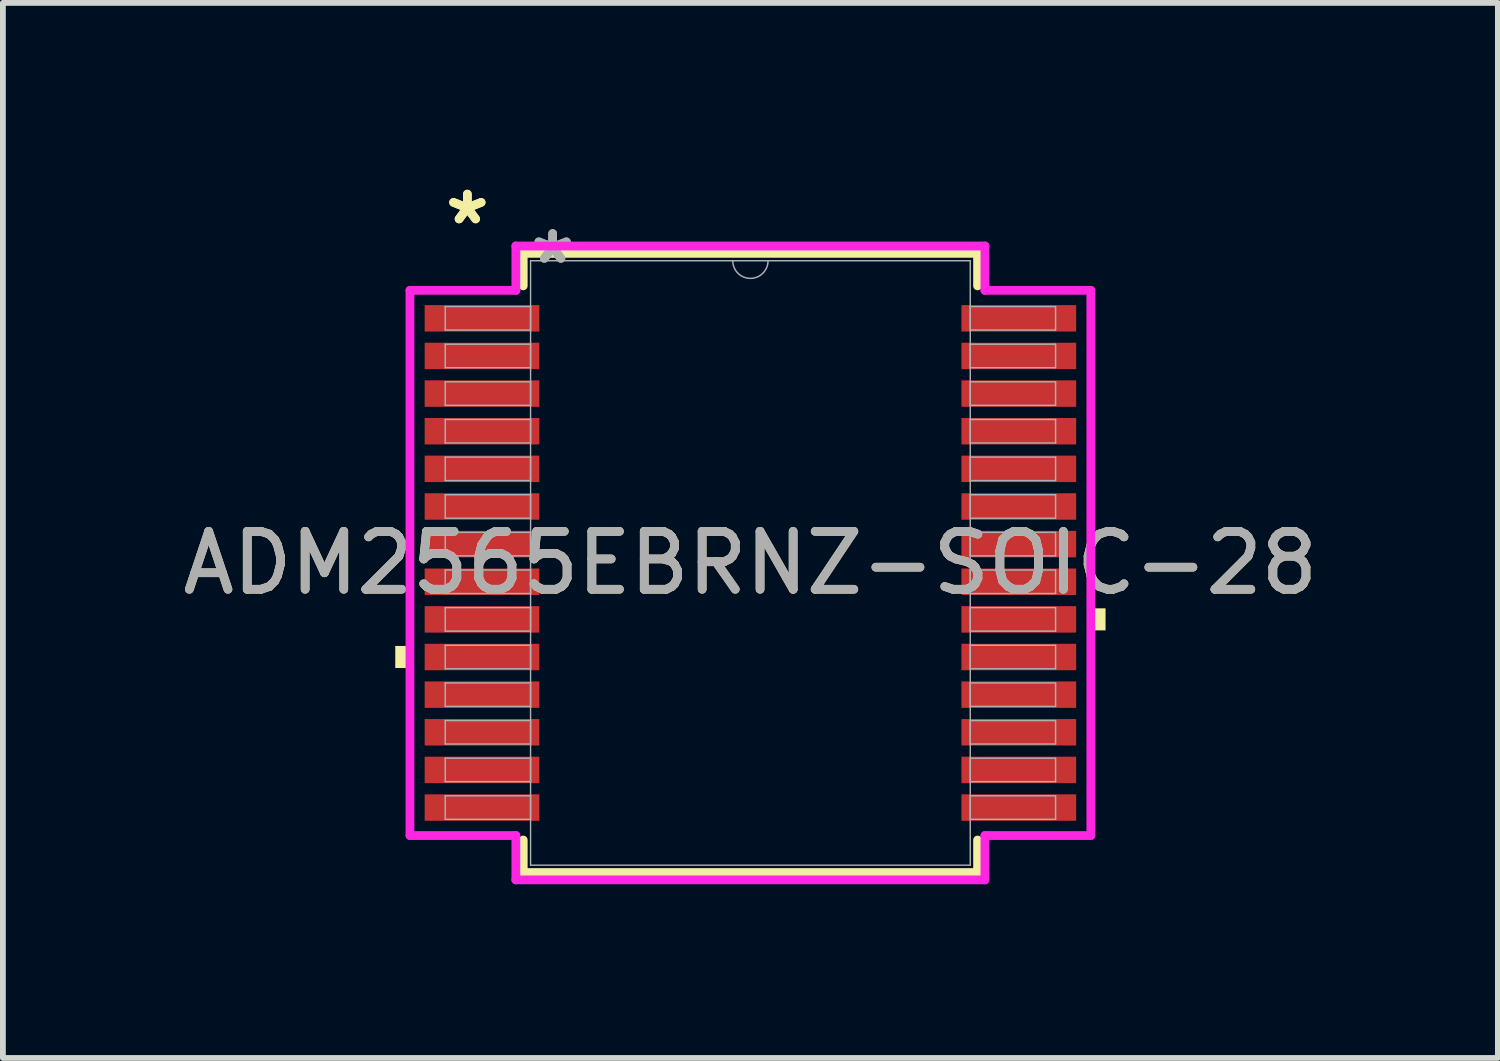
<source format=kicad_pcb>
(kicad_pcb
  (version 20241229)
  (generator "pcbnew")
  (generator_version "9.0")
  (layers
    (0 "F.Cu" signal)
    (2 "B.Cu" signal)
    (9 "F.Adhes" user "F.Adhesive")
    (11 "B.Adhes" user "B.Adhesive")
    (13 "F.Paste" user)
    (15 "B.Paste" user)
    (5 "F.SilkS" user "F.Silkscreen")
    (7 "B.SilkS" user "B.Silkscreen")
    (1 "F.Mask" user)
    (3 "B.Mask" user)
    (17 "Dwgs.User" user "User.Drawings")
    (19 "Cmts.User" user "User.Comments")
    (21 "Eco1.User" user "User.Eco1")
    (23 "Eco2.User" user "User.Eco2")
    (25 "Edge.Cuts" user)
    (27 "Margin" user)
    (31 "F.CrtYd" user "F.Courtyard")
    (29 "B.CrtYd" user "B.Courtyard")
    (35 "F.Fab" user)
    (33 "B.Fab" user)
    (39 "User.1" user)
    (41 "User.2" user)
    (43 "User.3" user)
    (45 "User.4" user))
  (footprint "ADM2565EBRNZ-SOIC-28"
    (layer "F.Cu")
    (at 9.911 6.673)
    (property "Reference" "ADM2565EBRNZ-SOIC-28" (at 0 0 0) (unlocked yes) (layer "F.SilkS") (effects (font (size 1 1) (thickness 0.15))))
    (attr smd)
    (fp_line (start -3.924 -5.347) (end -3.924 -4.786) (stroke (width 0.152) (type solid)) (layer "F.SilkS"))
    (fp_line (start -3.924 4.786) (end -3.924 5.347) (stroke (width 0.152) (type solid)) (layer "F.SilkS"))
    (fp_line (start -3.924 5.347) (end 3.924 5.347) (stroke (width 0.152) (type solid)) (layer "F.SilkS"))
    (fp_line (start 3.924 -5.347) (end -3.924 -5.347) (stroke (width 0.152) (type solid)) (layer "F.SilkS"))
    (fp_line (start 3.924 -4.786) (end 3.924 -5.347) (stroke (width 0.152) (type solid)) (layer "F.SilkS"))
    (fp_line (start 3.924 5.347) (end 3.924 4.786) (stroke (width 0.152) (type solid)) (layer "F.SilkS"))
    (fp_poly (pts (xy -6.134 1.434) (xy -6.134 1.815) (xy -5.88 1.815) (xy -5.88 1.434)) (stroke (width 0) (type solid)) (fill yes) (layer "F.SilkS"))
    (fp_poly (pts (xy 6.134 0.784) (xy 6.134 1.165) (xy 5.88 1.165) (xy 5.88 0.784)) (stroke (width 0) (type solid)) (fill yes) (layer "F.SilkS"))
    (fp_line (start -5.88 -4.708) (end -4.051 -4.708) (stroke (width 0.152) (type solid)) (layer "F.CrtYd"))
    (fp_line (start -5.88 4.708) (end -5.88 -4.708) (stroke (width 0.152) (type solid)) (layer "F.CrtYd"))
    (fp_line (start -5.88 4.708) (end -4.051 4.708) (stroke (width 0.152) (type solid)) (layer "F.CrtYd"))
    (fp_line (start -4.051 -5.474) (end 4.051 -5.474) (stroke (width 0.152) (type solid)) (layer "F.CrtYd"))
    (fp_line (start -4.051 -4.708) (end -4.051 -5.474) (stroke (width 0.152) (type solid)) (layer "F.CrtYd"))
    (fp_line (start -4.051 5.474) (end -4.051 4.708) (stroke (width 0.152) (type solid)) (layer "F.CrtYd"))
    (fp_line (start 4.051 -5.474) (end 4.051 -4.708) (stroke (width 0.152) (type solid)) (layer "F.CrtYd"))
    (fp_line (start 4.051 4.708) (end 4.051 5.474) (stroke (width 0.152) (type solid)) (layer "F.CrtYd"))
    (fp_line (start 4.051 5.474) (end -4.051 5.474) (stroke (width 0.152) (type solid)) (layer "F.CrtYd"))
    (fp_line (start 5.88 -4.708) (end 4.051 -4.708) (stroke (width 0.152) (type solid)) (layer "F.CrtYd"))
    (fp_line (start 5.88 -4.708) (end 5.88 4.708) (stroke (width 0.152) (type solid)) (layer "F.CrtYd"))
    (fp_line (start 5.88 4.708) (end 4.051 4.708) (stroke (width 0.152) (type solid)) (layer "F.CrtYd"))
    (fp_line (start -5.271 -4.428) (end -5.271 -4.022) (stroke (width 0.025) (type solid)) (layer "F.Fab"))
    (fp_line (start -5.271 -4.022) (end -3.797 -4.022) (stroke (width 0.025) (type solid)) (layer "F.Fab"))
    (fp_line (start -5.271 -3.778) (end -5.271 -3.372) (stroke (width 0.025) (type solid)) (layer "F.Fab"))
    (fp_line (start -5.271 -3.372) (end -3.797 -3.372) (stroke (width 0.025) (type solid)) (layer "F.Fab"))
    (fp_line (start -5.271 -3.128) (end -5.271 -2.722) (stroke (width 0.025) (type solid)) (layer "F.Fab"))
    (fp_line (start -5.271 -2.722) (end -3.797 -2.722) (stroke (width 0.025) (type solid)) (layer "F.Fab"))
    (fp_line (start -5.271 -2.478) (end -5.271 -2.072) (stroke (width 0.025) (type solid)) (layer "F.Fab"))
    (fp_line (start -5.271 -2.072) (end -3.797 -2.072) (stroke (width 0.025) (type solid)) (layer "F.Fab"))
    (fp_line (start -5.271 -1.828) (end -5.271 -1.422) (stroke (width 0.025) (type solid)) (layer "F.Fab"))
    (fp_line (start -5.271 -1.422) (end -3.797 -1.422) (stroke (width 0.025) (type solid)) (layer "F.Fab"))
    (fp_line (start -5.271 -1.178) (end -5.271 -0.772) (stroke (width 0.025) (type solid)) (layer "F.Fab"))
    (fp_line (start -5.271 -0.772) (end -3.797 -0.772) (stroke (width 0.025) (type solid)) (layer "F.Fab"))
    (fp_line (start -5.271 -0.528) (end -5.271 -0.122) (stroke (width 0.025) (type solid)) (layer "F.Fab"))
    (fp_line (start -5.271 -0.122) (end -3.797 -0.122) (stroke (width 0.025) (type solid)) (layer "F.Fab"))
    (fp_line (start -5.271 0.122) (end -5.271 0.528) (stroke (width 0.025) (type solid)) (layer "F.Fab"))
    (fp_line (start -5.271 0.528) (end -3.797 0.528) (stroke (width 0.025) (type solid)) (layer "F.Fab"))
    (fp_line (start -5.271 0.772) (end -5.271 1.178) (stroke (width 0.025) (type solid)) (layer "F.Fab"))
    (fp_line (start -5.271 1.178) (end -3.797 1.178) (stroke (width 0.025) (type solid)) (layer "F.Fab"))
    (fp_line (start -5.271 1.422) (end -5.271 1.828) (stroke (width 0.025) (type solid)) (layer "F.Fab"))
    (fp_line (start -5.271 1.828) (end -3.797 1.828) (stroke (width 0.025) (type solid)) (layer "F.Fab"))
    (fp_line (start -5.271 2.072) (end -5.271 2.478) (stroke (width 0.025) (type solid)) (layer "F.Fab"))
    (fp_line (start -5.271 2.478) (end -3.797 2.478) (stroke (width 0.025) (type solid)) (layer "F.Fab"))
    (fp_line (start -5.271 2.722) (end -5.271 3.128) (stroke (width 0.025) (type solid)) (layer "F.Fab"))
    (fp_line (start -5.271 3.128) (end -3.797 3.128) (stroke (width 0.025) (type solid)) (layer "F.Fab"))
    (fp_line (start -5.271 3.372) (end -5.271 3.778) (stroke (width 0.025) (type solid)) (layer "F.Fab"))
    (fp_line (start -5.271 3.778) (end -3.797 3.778) (stroke (width 0.025) (type solid)) (layer "F.Fab"))
    (fp_line (start -5.271 4.022) (end -5.271 4.428) (stroke (width 0.025) (type solid)) (layer "F.Fab"))
    (fp_line (start -5.271 4.428) (end -3.797 4.428) (stroke (width 0.025) (type solid)) (layer "F.Fab"))
    (fp_line (start -3.797 -5.22) (end -3.797 5.22) (stroke (width 0.025) (type solid)) (layer "F.Fab"))
    (fp_line (start -3.797 -4.428) (end -5.271 -4.428) (stroke (width 0.025) (type solid)) (layer "F.Fab"))
    (fp_line (start -3.797 -4.022) (end -3.797 -4.428) (stroke (width 0.025) (type solid)) (layer "F.Fab"))
    (fp_line (start -3.797 -3.778) (end -5.271 -3.778) (stroke (width 0.025) (type solid)) (layer "F.Fab"))
    (fp_line (start -3.797 -3.372) (end -3.797 -3.778) (stroke (width 0.025) (type solid)) (layer "F.Fab"))
    (fp_line (start -3.797 -3.128) (end -5.271 -3.128) (stroke (width 0.025) (type solid)) (layer "F.Fab"))
    (fp_line (start -3.797 -2.722) (end -3.797 -3.128) (stroke (width 0.025) (type solid)) (layer "F.Fab"))
    (fp_line (start -3.797 -2.478) (end -5.271 -2.478) (stroke (width 0.025) (type solid)) (layer "F.Fab"))
    (fp_line (start -3.797 -2.072) (end -3.797 -2.478) (stroke (width 0.025) (type solid)) (layer "F.Fab"))
    (fp_line (start -3.797 -1.828) (end -5.271 -1.828) (stroke (width 0.025) (type solid)) (layer "F.Fab"))
    (fp_line (start -3.797 -1.422) (end -3.797 -1.828) (stroke (width 0.025) (type solid)) (layer "F.Fab"))
    (fp_line (start -3.797 -1.178) (end -5.271 -1.178) (stroke (width 0.025) (type solid)) (layer "F.Fab"))
    (fp_line (start -3.797 -0.772) (end -3.797 -1.178) (stroke (width 0.025) (type solid)) (layer "F.Fab"))
    (fp_line (start -3.797 -0.528) (end -5.271 -0.528) (stroke (width 0.025) (type solid)) (layer "F.Fab"))
    (fp_line (start -3.797 -0.122) (end -3.797 -0.528) (stroke (width 0.025) (type solid)) (layer "F.Fab"))
    (fp_line (start -3.797 0.122) (end -5.271 0.122) (stroke (width 0.025) (type solid)) (layer "F.Fab"))
    (fp_line (start -3.797 0.528) (end -3.797 0.122) (stroke (width 0.025) (type solid)) (layer "F.Fab"))
    (fp_line (start -3.797 0.772) (end -5.271 0.772) (stroke (width 0.025) (type solid)) (layer "F.Fab"))
    (fp_line (start -3.797 1.178) (end -3.797 0.772) (stroke (width 0.025) (type solid)) (layer "F.Fab"))
    (fp_line (start -3.797 1.422) (end -5.271 1.422) (stroke (width 0.025) (type solid)) (layer "F.Fab"))
    (fp_line (start -3.797 1.828) (end -3.797 1.422) (stroke (width 0.025) (type solid)) (layer "F.Fab"))
    (fp_line (start -3.797 2.072) (end -5.271 2.072) (stroke (width 0.025) (type solid)) (layer "F.Fab"))
    (fp_line (start -3.797 2.478) (end -3.797 2.072) (stroke (width 0.025) (type solid)) (layer "F.Fab"))
    (fp_line (start -3.797 2.722) (end -5.271 2.722) (stroke (width 0.025) (type solid)) (layer "F.Fab"))
    (fp_line (start -3.797 3.128) (end -3.797 2.722) (stroke (width 0.025) (type solid)) (layer "F.Fab"))
    (fp_line (start -3.797 3.372) (end -5.271 3.372) (stroke (width 0.025) (type solid)) (layer "F.Fab"))
    (fp_line (start -3.797 3.778) (end -3.797 3.372) (stroke (width 0.025) (type solid)) (layer "F.Fab"))
    (fp_line (start -3.797 4.022) (end -5.271 4.022) (stroke (width 0.025) (type solid)) (layer "F.Fab"))
    (fp_line (start -3.797 4.428) (end -3.797 4.022) (stroke (width 0.025) (type solid)) (layer "F.Fab"))
    (fp_line (start -3.797 5.22) (end 3.797 5.22) (stroke (width 0.025) (type solid)) (layer "F.Fab"))
    (fp_line (start 3.797 -5.22) (end -3.797 -5.22) (stroke (width 0.025) (type solid)) (layer "F.Fab"))
    (fp_line (start 3.797 -4.428) (end 3.797 -4.022) (stroke (width 0.025) (type solid)) (layer "F.Fab"))
    (fp_line (start 3.797 -4.022) (end 5.271 -4.022) (stroke (width 0.025) (type solid)) (layer "F.Fab"))
    (fp_line (start 3.797 -3.778) (end 3.797 -3.372) (stroke (width 0.025) (type solid)) (layer "F.Fab"))
    (fp_line (start 3.797 -3.372) (end 5.271 -3.372) (stroke (width 0.025) (type solid)) (layer "F.Fab"))
    (fp_line (start 3.797 -3.128) (end 3.797 -2.722) (stroke (width 0.025) (type solid)) (layer "F.Fab"))
    (fp_line (start 3.797 -2.722) (end 5.271 -2.722) (stroke (width 0.025) (type solid)) (layer "F.Fab"))
    (fp_line (start 3.797 -2.478) (end 3.797 -2.072) (stroke (width 0.025) (type solid)) (layer "F.Fab"))
    (fp_line (start 3.797 -2.072) (end 5.271 -2.072) (stroke (width 0.025) (type solid)) (layer "F.Fab"))
    (fp_line (start 3.797 -1.828) (end 3.797 -1.422) (stroke (width 0.025) (type solid)) (layer "F.Fab"))
    (fp_line (start 3.797 -1.422) (end 5.271 -1.422) (stroke (width 0.025) (type solid)) (layer "F.Fab"))
    (fp_line (start 3.797 -1.178) (end 3.797 -0.772) (stroke (width 0.025) (type solid)) (layer "F.Fab"))
    (fp_line (start 3.797 -0.772) (end 5.271 -0.772) (stroke (width 0.025) (type solid)) (layer "F.Fab"))
    (fp_line (start 3.797 -0.528) (end 3.797 -0.122) (stroke (width 0.025) (type solid)) (layer "F.Fab"))
    (fp_line (start 3.797 -0.122) (end 5.271 -0.122) (stroke (width 0.025) (type solid)) (layer "F.Fab"))
    (fp_line (start 3.797 0.122) (end 3.797 0.528) (stroke (width 0.025) (type solid)) (layer "F.Fab"))
    (fp_line (start 3.797 0.528) (end 5.271 0.528) (stroke (width 0.025) (type solid)) (layer "F.Fab"))
    (fp_line (start 3.797 0.772) (end 3.797 1.178) (stroke (width 0.025) (type solid)) (layer "F.Fab"))
    (fp_line (start 3.797 1.178) (end 5.271 1.178) (stroke (width 0.025) (type solid)) (layer "F.Fab"))
    (fp_line (start 3.797 1.422) (end 3.797 1.828) (stroke (width 0.025) (type solid)) (layer "F.Fab"))
    (fp_line (start 3.797 1.828) (end 5.271 1.828) (stroke (width 0.025) (type solid)) (layer "F.Fab"))
    (fp_line (start 3.797 2.072) (end 3.797 2.478) (stroke (width 0.025) (type solid)) (layer "F.Fab"))
    (fp_line (start 3.797 2.478) (end 5.271 2.478) (stroke (width 0.025) (type solid)) (layer "F.Fab"))
    (fp_line (start 3.797 2.722) (end 3.797 3.128) (stroke (width 0.025) (type solid)) (layer "F.Fab"))
    (fp_line (start 3.797 3.128) (end 5.271 3.128) (stroke (width 0.025) (type solid)) (layer "F.Fab"))
    (fp_line (start 3.797 3.372) (end 3.797 3.778) (stroke (width 0.025) (type solid)) (layer "F.Fab"))
    (fp_line (start 3.797 3.778) (end 5.271 3.778) (stroke (width 0.025) (type solid)) (layer "F.Fab"))
    (fp_line (start 3.797 4.022) (end 3.797 4.428) (stroke (width 0.025) (type solid)) (layer "F.Fab"))
    (fp_line (start 3.797 4.428) (end 5.271 4.428) (stroke (width 0.025) (type solid)) (layer "F.Fab"))
    (fp_line (start 3.797 5.22) (end 3.797 -5.22) (stroke (width 0.025) (type solid)) (layer "F.Fab"))
    (fp_line (start 5.271 -4.428) (end 3.797 -4.428) (stroke (width 0.025) (type solid)) (layer "F.Fab"))
    (fp_line (start 5.271 -4.022) (end 5.271 -4.428) (stroke (width 0.025) (type solid)) (layer "F.Fab"))
    (fp_line (start 5.271 -3.778) (end 3.797 -3.778) (stroke (width 0.025) (type solid)) (layer "F.Fab"))
    (fp_line (start 5.271 -3.372) (end 5.271 -3.778) (stroke (width 0.025) (type solid)) (layer "F.Fab"))
    (fp_line (start 5.271 -3.128) (end 3.797 -3.128) (stroke (width 0.025) (type solid)) (layer "F.Fab"))
    (fp_line (start 5.271 -2.722) (end 5.271 -3.128) (stroke (width 0.025) (type solid)) (layer "F.Fab"))
    (fp_line (start 5.271 -2.478) (end 3.797 -2.478) (stroke (width 0.025) (type solid)) (layer "F.Fab"))
    (fp_line (start 5.271 -2.072) (end 5.271 -2.478) (stroke (width 0.025) (type solid)) (layer "F.Fab"))
    (fp_line (start 5.271 -1.828) (end 3.797 -1.828) (stroke (width 0.025) (type solid)) (layer "F.Fab"))
    (fp_line (start 5.271 -1.422) (end 5.271 -1.828) (stroke (width 0.025) (type solid)) (layer "F.Fab"))
    (fp_line (start 5.271 -1.178) (end 3.797 -1.178) (stroke (width 0.025) (type solid)) (layer "F.Fab"))
    (fp_line (start 5.271 -0.772) (end 5.271 -1.178) (stroke (width 0.025) (type solid)) (layer "F.Fab"))
    (fp_line (start 5.271 -0.528) (end 3.797 -0.528) (stroke (width 0.025) (type solid)) (layer "F.Fab"))
    (fp_line (start 5.271 -0.122) (end 5.271 -0.528) (stroke (width 0.025) (type solid)) (layer "F.Fab"))
    (fp_line (start 5.271 0.122) (end 3.797 0.122) (stroke (width 0.025) (type solid)) (layer "F.Fab"))
    (fp_line (start 5.271 0.528) (end 5.271 0.122) (stroke (width 0.025) (type solid)) (layer "F.Fab"))
    (fp_line (start 5.271 0.772) (end 3.797 0.772) (stroke (width 0.025) (type solid)) (layer "F.Fab"))
    (fp_line (start 5.271 1.178) (end 5.271 0.772) (stroke (width 0.025) (type solid)) (layer "F.Fab"))
    (fp_line (start 5.271 1.422) (end 3.797 1.422) (stroke (width 0.025) (type solid)) (layer "F.Fab"))
    (fp_line (start 5.271 1.828) (end 5.271 1.422) (stroke (width 0.025) (type solid)) (layer "F.Fab"))
    (fp_line (start 5.271 2.072) (end 3.797 2.072) (stroke (width 0.025) (type solid)) (layer "F.Fab"))
    (fp_line (start 5.271 2.478) (end 5.271 2.072) (stroke (width 0.025) (type solid)) (layer "F.Fab"))
    (fp_line (start 5.271 2.722) (end 3.797 2.722) (stroke (width 0.025) (type solid)) (layer "F.Fab"))
    (fp_line (start 5.271 3.128) (end 5.271 2.722) (stroke (width 0.025) (type solid)) (layer "F.Fab"))
    (fp_line (start 5.271 3.372) (end 3.797 3.372) (stroke (width 0.025) (type solid)) (layer "F.Fab"))
    (fp_line (start 5.271 3.778) (end 5.271 3.372) (stroke (width 0.025) (type solid)) (layer "F.Fab"))
    (fp_line (start 5.271 4.022) (end 3.797 4.022) (stroke (width 0.025) (type solid)) (layer "F.Fab"))
    (fp_line (start 5.271 4.428) (end 5.271 4.022) (stroke (width 0.025) (type solid)) (layer "F.Fab"))
    (fp_arc (start 0.3048 -5.2197) (mid 0 -4.9149) (end -0.3048 -5.2197) (stroke (width 0.0254) (type solid)) (layer "F.Fab"))
    (fp_text user "*" (at -4.889 -5.825 0) (layer "F.SilkS") (effects (font (size 1 1) (thickness 0.15))))
    (fp_text user "*" (at -4.889 -5.825 0) (unlocked yes) (layer "F.SilkS") (effects (font (size 1 1) (thickness 0.15))))
    (fp_text user "*" (at -3.416 -5.144 0) (layer "F.Fab") (effects (font (size 1 1) (thickness 0.15))))
    (fp_text user "*" (at -3.416 -5.144 0) (unlocked yes) (layer "F.Fab") (effects (font (size 1 1) (thickness 0.15))))
    (fp_text user "${REFERENCE}" (at 0 0 0) (unlocked yes) (layer "F.Fab") (effects (font (size 1 1) (thickness 0.15))))
    (pad "1" smd rect (at -4.636 -4.225) (size 1.981 0.457) (layers "F.Cu" "F.Mask" "F.Paste"))
    (pad "2" smd rect (at -4.636 -3.575) (size 1.981 0.457) (layers "F.Cu" "F.Mask" "F.Paste"))
    (pad "3" smd rect (at -4.636 -2.925) (size 1.981 0.457) (layers "F.Cu" "F.Mask" "F.Paste"))
    (pad "4" smd rect (at -4.636 -2.275) (size 1.981 0.457) (layers "F.Cu" "F.Mask" "F.Paste"))
    (pad "5" smd rect (at -4.636 -1.625) (size 1.981 0.457) (layers "F.Cu" "F.Mask" "F.Paste"))
    (pad "6" smd rect (at -4.636 -0.975) (size 1.981 0.457) (layers "F.Cu" "F.Mask" "F.Paste"))
    (pad "7" smd rect (at -4.636 -0.325) (size 1.981 0.457) (layers "F.Cu" "F.Mask" "F.Paste"))
    (pad "8" smd rect (at -4.636 0.325) (size 1.981 0.457) (layers "F.Cu" "F.Mask" "F.Paste"))
    (pad "9" smd rect (at -4.636 0.975) (size 1.981 0.457) (layers "F.Cu" "F.Mask" "F.Paste"))
    (pad "10" smd rect (at -4.636 1.625) (size 1.981 0.457) (layers "F.Cu" "F.Mask" "F.Paste"))
    (pad "11" smd rect (at -4.636 2.275) (size 1.981 0.457) (layers "F.Cu" "F.Mask" "F.Paste"))
    (pad "12" smd rect (at -4.636 2.925) (size 1.981 0.457) (layers "F.Cu" "F.Mask" "F.Paste"))
    (pad "13" smd rect (at -4.636 3.575) (size 1.981 0.457) (layers "F.Cu" "F.Mask" "F.Paste"))
    (pad "14" smd rect (at -4.636 4.225) (size 1.981 0.457) (layers "F.Cu" "F.Mask" "F.Paste"))
    (pad "15" smd rect (at 4.636 4.225) (size 1.981 0.457) (layers "F.Cu" "F.Mask" "F.Paste"))
    (pad "16" smd rect (at 4.636 3.575) (size 1.981 0.457) (layers "F.Cu" "F.Mask" "F.Paste"))
    (pad "17" smd rect (at 4.636 2.925) (size 1.981 0.457) (layers "F.Cu" "F.Mask" "F.Paste"))
    (pad "18" smd rect (at 4.636 2.275) (size 1.981 0.457) (layers "F.Cu" "F.Mask" "F.Paste"))
    (pad "19" smd rect (at 4.636 1.625) (size 1.981 0.457) (layers "F.Cu" "F.Mask" "F.Paste"))
    (pad "20" smd rect (at 4.636 0.975) (size 1.981 0.457) (layers "F.Cu" "F.Mask" "F.Paste"))
    (pad "21" smd rect (at 4.636 0.325) (size 1.981 0.457) (layers "F.Cu" "F.Mask" "F.Paste"))
    (pad "22" smd rect (at 4.636 -0.325) (size 1.981 0.457) (layers "F.Cu" "F.Mask" "F.Paste"))
    (pad "23" smd rect (at 4.636 -0.975) (size 1.981 0.457) (layers "F.Cu" "F.Mask" "F.Paste"))
    (pad "24" smd rect (at 4.636 -1.625) (size 1.981 0.457) (layers "F.Cu" "F.Mask" "F.Paste"))
    (pad "25" smd rect (at 4.636 -2.275) (size 1.981 0.457) (layers "F.Cu" "F.Mask" "F.Paste"))
    (pad "26" smd rect (at 4.636 -2.925) (size 1.981 0.457) (layers "F.Cu" "F.Mask" "F.Paste"))
    (pad "27" smd rect (at 4.636 -3.575) (size 1.981 0.457) (layers "F.Cu" "F.Mask" "F.Paste"))
    (pad "28" smd rect (at 4.636 -4.225) (size 1.981 0.457) (layers "F.Cu" "F.Mask" "F.Paste")))
  (gr_rect
    (start -3 -3)
    (end 22.821 15.223)
    (stroke (width 0.1) (type default))
    (fill no)
    (layer "Edge.Cuts")))
</source>
